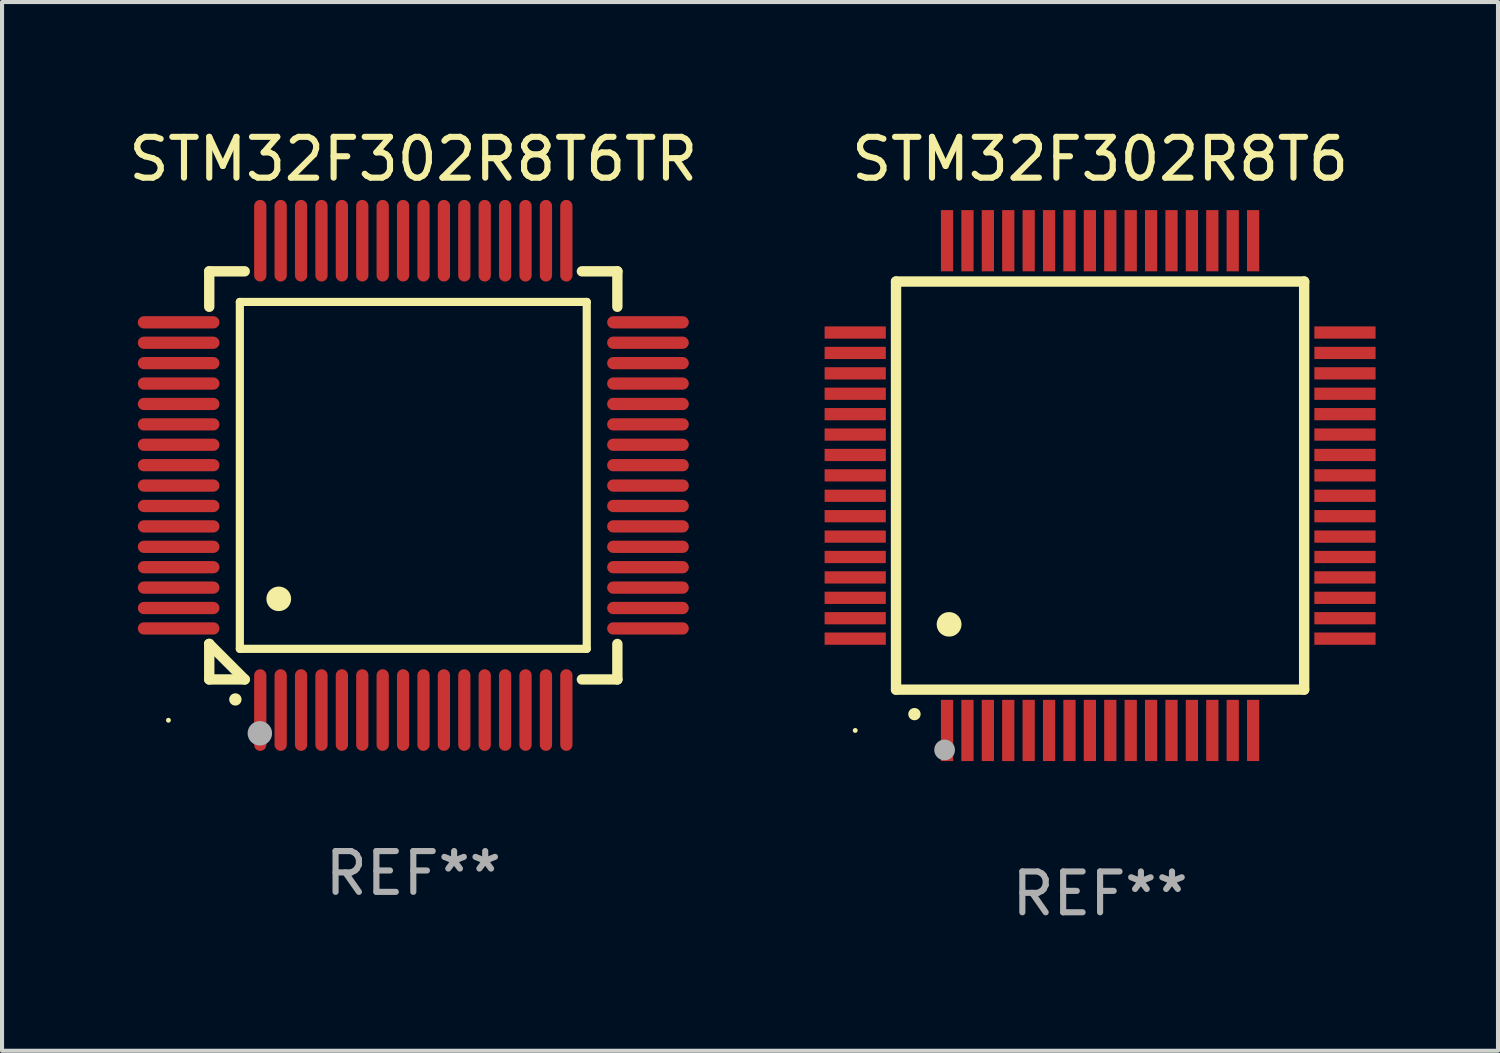
<source format=kicad_pcb>
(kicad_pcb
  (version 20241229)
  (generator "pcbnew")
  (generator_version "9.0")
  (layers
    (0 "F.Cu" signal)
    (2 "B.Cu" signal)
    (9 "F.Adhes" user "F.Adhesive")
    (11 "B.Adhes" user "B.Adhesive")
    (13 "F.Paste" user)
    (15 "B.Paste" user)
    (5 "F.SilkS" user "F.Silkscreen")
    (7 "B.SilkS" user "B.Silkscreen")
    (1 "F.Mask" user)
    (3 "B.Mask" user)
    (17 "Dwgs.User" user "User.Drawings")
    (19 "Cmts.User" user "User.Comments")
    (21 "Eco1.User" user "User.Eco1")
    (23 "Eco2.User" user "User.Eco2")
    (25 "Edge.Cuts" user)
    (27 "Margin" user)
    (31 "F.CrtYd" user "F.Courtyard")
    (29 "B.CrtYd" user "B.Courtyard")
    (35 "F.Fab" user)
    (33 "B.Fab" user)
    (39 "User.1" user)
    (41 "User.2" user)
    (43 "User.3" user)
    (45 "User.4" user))
  (footprint "STM32F302R8T6"
    (layer "F.Cu")
    (at 23.905 8.848)
    (property "Reference" "STM32F302R8T6" (at 0 -8 0) (layer "F.SilkS") (effects (font (size 1 1) (thickness 0.15))))
    (attr through_hole)
    (fp_line (start -5 -5) (end -5 5) (stroke (width 0.254) (type solid)) (layer "F.SilkS"))
    (fp_line (start -5 -5) (end 5 -5) (stroke (width 0.254) (type solid)) (layer "F.SilkS"))
    (fp_line (start -5 5) (end 5 5) (stroke (width 0.254) (type solid)) (layer "F.SilkS"))
    (fp_line (start 5 -5) (end 5 5) (stroke (width 0.254) (type solid)) (layer "F.SilkS"))
    (fp_arc (start -4.549987 5.6) (mid -4.548717 5.599995) (end -4.547447 5.6) (stroke (width 0.3) (type solid)) (layer "F.SilkS"))
    (fp_arc (start -3.703835 3.400076) (mid -3.700025 3.400052) (end -3.696215 3.400076) (stroke (width 0.6) (type solid)) (layer "F.SilkS"))
    (fp_circle (center -6 6) (end -5.97 6) (stroke (width 0.06) (type solid)) (fill no) (layer "F.SilkS"))
    (fp_circle (center -3.81 6.477) (end -3.683 6.477) (stroke (width 0.254) (type solid)) (fill no) (layer "F.Fab"))
    (fp_text user "REF**" (at 0 10 0) (layer "F.Fab") (effects (font (size 1 1) (thickness 0.15))))
    (pad "1" smd rect (at -3.75 6 180) (size 0.3 1.5) (layers "F.Cu" "F.Mask" "F.Paste"))
    (pad "2" smd rect (at -3.25 6 180) (size 0.3 1.5) (layers "F.Cu" "F.Mask" "F.Paste"))
    (pad "3" smd rect (at -2.75 6 180) (size 0.3 1.5) (layers "F.Cu" "F.Mask" "F.Paste"))
    (pad "4" smd rect (at -2.25 6 180) (size 0.3 1.5) (layers "F.Cu" "F.Mask" "F.Paste"))
    (pad "5" smd rect (at -1.75 6 180) (size 0.3 1.5) (layers "F.Cu" "F.Mask" "F.Paste"))
    (pad "6" smd rect (at -1.25 6 180) (size 0.3 1.5) (layers "F.Cu" "F.Mask" "F.Paste"))
    (pad "7" smd rect (at -0.75 6 180) (size 0.3 1.5) (layers "F.Cu" "F.Mask" "F.Paste"))
    (pad "8" smd rect (at -0.25 6 180) (size 0.3 1.5) (layers "F.Cu" "F.Mask" "F.Paste"))
    (pad "9" smd rect (at 0.25 6 180) (size 0.3 1.5) (layers "F.Cu" "F.Mask" "F.Paste"))
    (pad "10" smd rect (at 0.75 6 180) (size 0.3 1.5) (layers "F.Cu" "F.Mask" "F.Paste"))
    (pad "11" smd rect (at 1.25 6 180) (size 0.3 1.5) (layers "F.Cu" "F.Mask" "F.Paste"))
    (pad "12" smd rect (at 1.75 6 180) (size 0.3 1.5) (layers "F.Cu" "F.Mask" "F.Paste"))
    (pad "13" smd rect (at 2.25 6 180) (size 0.3 1.5) (layers "F.Cu" "F.Mask" "F.Paste"))
    (pad "14" smd rect (at 2.75 6 180) (size 0.3 1.5) (layers "F.Cu" "F.Mask" "F.Paste"))
    (pad "15" smd rect (at 3.25 6 180) (size 0.3 1.5) (layers "F.Cu" "F.Mask" "F.Paste"))
    (pad "16" smd rect (at 3.75 6 180) (size 0.3 1.5) (layers "F.Cu" "F.Mask" "F.Paste"))
    (pad "17" smd rect (at 6 3.75 90) (size 0.3 1.5) (layers "F.Cu" "F.Mask" "F.Paste"))
    (pad "18" smd rect (at 6 3.25 90) (size 0.3 1.5) (layers "F.Cu" "F.Mask" "F.Paste"))
    (pad "19" smd rect (at 6 2.75 90) (size 0.3 1.5) (layers "F.Cu" "F.Mask" "F.Paste"))
    (pad "20" smd rect (at 6 2.25 90) (size 0.3 1.5) (layers "F.Cu" "F.Mask" "F.Paste"))
    (pad "21" smd rect (at 6 1.75 90) (size 0.3 1.5) (layers "F.Cu" "F.Mask" "F.Paste"))
    (pad "22" smd rect (at 6 1.25 90) (size 0.3 1.5) (layers "F.Cu" "F.Mask" "F.Paste"))
    (pad "23" smd rect (at 6 0.75 90) (size 0.3 1.5) (layers "F.Cu" "F.Mask" "F.Paste"))
    (pad "24" smd rect (at 6 0.25 90) (size 0.3 1.5) (layers "F.Cu" "F.Mask" "F.Paste"))
    (pad "25" smd rect (at 6 -0.25 90) (size 0.3 1.5) (layers "F.Cu" "F.Mask" "F.Paste"))
    (pad "26" smd rect (at 6 -0.75 90) (size 0.3 1.5) (layers "F.Cu" "F.Mask" "F.Paste"))
    (pad "27" smd rect (at 6 -1.25 90) (size 0.3 1.5) (layers "F.Cu" "F.Mask" "F.Paste"))
    (pad "28" smd rect (at 6 -1.75 90) (size 0.3 1.5) (layers "F.Cu" "F.Mask" "F.Paste"))
    (pad "29" smd rect (at 6 -2.25 90) (size 0.3 1.5) (layers "F.Cu" "F.Mask" "F.Paste"))
    (pad "30" smd rect (at 6 -2.75 90) (size 0.3 1.5) (layers "F.Cu" "F.Mask" "F.Paste"))
    (pad "31" smd rect (at 6 -3.25 90) (size 0.3 1.5) (layers "F.Cu" "F.Mask" "F.Paste"))
    (pad "32" smd rect (at 6 -3.75 90) (size 0.3 1.5) (layers "F.Cu" "F.Mask" "F.Paste"))
    (pad "33" smd rect (at 3.75 -6 180) (size 0.3 1.5) (layers "F.Cu" "F.Mask" "F.Paste"))
    (pad "34" smd rect (at 3.25 -6 180) (size 0.3 1.5) (layers "F.Cu" "F.Mask" "F.Paste"))
    (pad "35" smd rect (at 2.75 -6 180) (size 0.3 1.5) (layers "F.Cu" "F.Mask" "F.Paste"))
    (pad "36" smd rect (at 2.25 -6 180) (size 0.3 1.5) (layers "F.Cu" "F.Mask" "F.Paste"))
    (pad "37" smd rect (at 1.75 -6 180) (size 0.3 1.5) (layers "F.Cu" "F.Mask" "F.Paste"))
    (pad "38" smd rect (at 1.25 -6 180) (size 0.3 1.5) (layers "F.Cu" "F.Mask" "F.Paste"))
    (pad "39" smd rect (at 0.75 -6 180) (size 0.3 1.5) (layers "F.Cu" "F.Mask" "F.Paste"))
    (pad "40" smd rect (at 0.25 -6 180) (size 0.3 1.5) (layers "F.Cu" "F.Mask" "F.Paste"))
    (pad "41" smd rect (at -0.25 -6 180) (size 0.3 1.5) (layers "F.Cu" "F.Mask" "F.Paste"))
    (pad "42" smd rect (at -0.75 -6 180) (size 0.3 1.5) (layers "F.Cu" "F.Mask" "F.Paste"))
    (pad "43" smd rect (at -1.25 -6 180) (size 0.3 1.5) (layers "F.Cu" "F.Mask" "F.Paste"))
    (pad "44" smd rect (at -1.75 -6 180) (size 0.3 1.5) (layers "F.Cu" "F.Mask" "F.Paste"))
    (pad "45" smd rect (at -2.25 -6 180) (size 0.3 1.5) (layers "F.Cu" "F.Mask" "F.Paste"))
    (pad "46" smd rect (at -2.75 -6 180) (size 0.3 1.5) (layers "F.Cu" "F.Mask" "F.Paste"))
    (pad "47" smd rect (at -3.25 -6 180) (size 0.3 1.5) (layers "F.Cu" "F.Mask" "F.Paste"))
    (pad "48" smd rect (at -3.75 -6 180) (size 0.3 1.5) (layers "F.Cu" "F.Mask" "F.Paste"))
    (pad "49" smd rect (at -6 -3.75 90) (size 0.3 1.5) (layers "F.Cu" "F.Mask" "F.Paste"))
    (pad "50" smd rect (at -6 -3.25 90) (size 0.3 1.5) (layers "F.Cu" "F.Mask" "F.Paste"))
    (pad "51" smd rect (at -6 -2.75 90) (size 0.3 1.5) (layers "F.Cu" "F.Mask" "F.Paste"))
    (pad "52" smd rect (at -6 -2.25 90) (size 0.3 1.5) (layers "F.Cu" "F.Mask" "F.Paste"))
    (pad "53" smd rect (at -6 -1.75 90) (size 0.3 1.5) (layers "F.Cu" "F.Mask" "F.Paste"))
    (pad "54" smd rect (at -6 -1.25 90) (size 0.3 1.5) (layers "F.Cu" "F.Mask" "F.Paste"))
    (pad "55" smd rect (at -6 -0.75 90) (size 0.3 1.5) (layers "F.Cu" "F.Mask" "F.Paste"))
    (pad "56" smd rect (at -6 -0.25 90) (size 0.3 1.5) (layers "F.Cu" "F.Mask" "F.Paste"))
    (pad "57" smd rect (at -6 0.25 90) (size 0.3 1.5) (layers "F.Cu" "F.Mask" "F.Paste"))
    (pad "58" smd rect (at -6 0.75 90) (size 0.3 1.5) (layers "F.Cu" "F.Mask" "F.Paste"))
    (pad "59" smd rect (at -6 1.25 90) (size 0.3 1.5) (layers "F.Cu" "F.Mask" "F.Paste"))
    (pad "60" smd rect (at -6 1.75 90) (size 0.3 1.5) (layers "F.Cu" "F.Mask" "F.Paste"))
    (pad "61" smd rect (at -6 2.25 90) (size 0.3 1.5) (layers "F.Cu" "F.Mask" "F.Paste"))
    (pad "62" smd rect (at -6 2.75 90) (size 0.3 1.5) (layers "F.Cu" "F.Mask" "F.Paste"))
    (pad "63" smd rect (at -6 3.25 90) (size 0.3 1.5) (layers "F.Cu" "F.Mask" "F.Paste"))
    (pad "64" smd rect (at -6 3.75 90) (size 0.3 1.5) (layers "F.Cu" "F.Mask" "F.Paste")))
  (footprint "STM32F302R8T6TR"
    (layer "F.Cu")
    (at 7.077 8.598)
    (property "Reference" "STM32F302R8T6TR" (at 0 -7.75 0) (layer "F.SilkS") (effects (font (size 1 1) (thickness 0.15))))
    (attr through_hole)
    (fp_line (start -5 -5) (end -4.131 -5) (stroke (width 0.254) (type solid)) (layer "F.SilkS"))
    (fp_line (start -5 -4.131) (end -5 -5) (stroke (width 0.254) (type solid)) (layer "F.SilkS"))
    (fp_line (start -5 4.131) (end -5 4.131) (stroke (width 0.254) (type solid)) (layer "F.SilkS"))
    (fp_line (start -5 5) (end -5 4.131) (stroke (width 0.254) (type solid)) (layer "F.SilkS"))
    (fp_line (start -5 4.131) (end -4.131 5) (stroke (width 0.254) (type solid)) (layer "F.SilkS"))
    (fp_line (start -4.25 -4.25) (end -4.25 4.25) (stroke (width 0.2) (type solid)) (layer "F.SilkS"))
    (fp_line (start -4.25 4.25) (end 4.25 4.25) (stroke (width 0.2) (type solid)) (layer "F.SilkS"))
    (fp_line (start -4.131 5) (end -5 5) (stroke (width 0.254) (type solid)) (layer "F.SilkS"))
    (fp_line (start 4.25 -4.25) (end -4.25 -4.25) (stroke (width 0.2) (type solid)) (layer "F.SilkS"))
    (fp_line (start 4.25 4.25) (end 4.25 -4.25) (stroke (width 0.2) (type solid)) (layer "F.SilkS"))
    (fp_line (start 5 -5) (end 4.131 -5) (stroke (width 0.254) (type solid)) (layer "F.SilkS"))
    (fp_line (start 5 -5) (end 5 -4.131) (stroke (width 0.254) (type solid)) (layer "F.SilkS"))
    (fp_line (start 5 4.131) (end 5 5) (stroke (width 0.254) (type solid)) (layer "F.SilkS"))
    (fp_line (start 5 5) (end 4.131 5) (stroke (width 0.254) (type solid)) (layer "F.SilkS"))
    (fp_arc (start -4.361265 5.489992) (mid -4.359995 5.489987) (end -4.358725 5.489992) (stroke (width 0.3) (type solid)) (layer "F.SilkS"))
    (fp_arc (start -3.299467 3.025146) (mid -3.296927 3.025135) (end -3.294387 3.025146) (stroke (width 0.6) (type solid)) (layer "F.SilkS"))
    (fp_circle (center -6 6) (end -5.97 6) (stroke (width 0.06) (type solid)) (fill no) (layer "F.SilkS"))
    (fp_circle (center -3.76 6.32) (end -3.61 6.32) (stroke (width 0.3) (type solid)) (fill no) (layer "F.Fab"))
    (fp_text user "REF**" (at 0 9.75 0) (layer "F.Fab") (effects (font (size 1 1) (thickness 0.15))))
    (pad "1" smd oval (at -3.75 5.75) (size 0.3 2) (layers "F.Cu" "F.Mask" "F.Paste"))
    (pad "2" smd oval (at -3.25 5.75) (size 0.3 2) (layers "F.Cu" "F.Mask" "F.Paste"))
    (pad "3" smd oval (at -2.75 5.75) (size 0.3 2) (layers "F.Cu" "F.Mask" "F.Paste"))
    (pad "4" smd oval (at -2.25 5.75) (size 0.3 2) (layers "F.Cu" "F.Mask" "F.Paste"))
    (pad "5" smd oval (at -1.75 5.75) (size 0.3 2) (layers "F.Cu" "F.Mask" "F.Paste"))
    (pad "6" smd oval (at -1.25 5.75) (size 0.3 2) (layers "F.Cu" "F.Mask" "F.Paste"))
    (pad "7" smd oval (at -0.75 5.75) (size 0.3 2) (layers "F.Cu" "F.Mask" "F.Paste"))
    (pad "8" smd oval (at -0.25 5.75) (size 0.3 2) (layers "F.Cu" "F.Mask" "F.Paste"))
    (pad "9" smd oval (at 0.25 5.75) (size 0.3 2) (layers "F.Cu" "F.Mask" "F.Paste"))
    (pad "10" smd oval (at 0.75 5.75) (size 0.3 2) (layers "F.Cu" "F.Mask" "F.Paste"))
    (pad "11" smd oval (at 1.25 5.75) (size 0.3 2) (layers "F.Cu" "F.Mask" "F.Paste"))
    (pad "12" smd oval (at 1.75 5.75) (size 0.3 2) (layers "F.Cu" "F.Mask" "F.Paste"))
    (pad "13" smd oval (at 2.25 5.75) (size 0.3 2) (layers "F.Cu" "F.Mask" "F.Paste"))
    (pad "14" smd oval (at 2.75 5.75) (size 0.3 2) (layers "F.Cu" "F.Mask" "F.Paste"))
    (pad "15" smd oval (at 3.25 5.75) (size 0.3 2) (layers "F.Cu" "F.Mask" "F.Paste"))
    (pad "16" smd oval (at 3.75 5.75) (size 0.3 2) (layers "F.Cu" "F.Mask" "F.Paste"))
    (pad "17" smd oval (at 5.75 3.75) (size 2 0.3) (layers "F.Cu" "F.Mask" "F.Paste"))
    (pad "18" smd oval (at 5.75 3.25) (size 2 0.3) (layers "F.Cu" "F.Mask" "F.Paste"))
    (pad "19" smd oval (at 5.75 2.75) (size 2 0.3) (layers "F.Cu" "F.Mask" "F.Paste"))
    (pad "20" smd oval (at 5.75 2.25) (size 2 0.3) (layers "F.Cu" "F.Mask" "F.Paste"))
    (pad "21" smd oval (at 5.75 1.75) (size 2 0.3) (layers "F.Cu" "F.Mask" "F.Paste"))
    (pad "22" smd oval (at 5.75 1.25) (size 2 0.3) (layers "F.Cu" "F.Mask" "F.Paste"))
    (pad "23" smd oval (at 5.75 0.75) (size 2 0.3) (layers "F.Cu" "F.Mask" "F.Paste"))
    (pad "24" smd oval (at 5.75 0.25) (size 2 0.3) (layers "F.Cu" "F.Mask" "F.Paste"))
    (pad "25" smd oval (at 5.75 -0.25) (size 2 0.3) (layers "F.Cu" "F.Mask" "F.Paste"))
    (pad "26" smd oval (at 5.75 -0.75) (size 2 0.3) (layers "F.Cu" "F.Mask" "F.Paste"))
    (pad "27" smd oval (at 5.75 -1.25) (size 2 0.3) (layers "F.Cu" "F.Mask" "F.Paste"))
    (pad "28" smd oval (at 5.75 -1.75) (size 2 0.3) (layers "F.Cu" "F.Mask" "F.Paste"))
    (pad "29" smd oval (at 5.75 -2.25) (size 2 0.3) (layers "F.Cu" "F.Mask" "F.Paste"))
    (pad "30" smd oval (at 5.75 -2.75) (size 2 0.3) (layers "F.Cu" "F.Mask" "F.Paste"))
    (pad "31" smd oval (at 5.75 -3.25) (size 2 0.3) (layers "F.Cu" "F.Mask" "F.Paste"))
    (pad "32" smd oval (at 5.75 -3.75) (size 2 0.3) (layers "F.Cu" "F.Mask" "F.Paste"))
    (pad "33" smd oval (at 3.75 -5.75) (size 0.3 2) (layers "F.Cu" "F.Mask" "F.Paste"))
    (pad "34" smd oval (at 3.25 -5.75) (size 0.3 2) (layers "F.Cu" "F.Mask" "F.Paste"))
    (pad "35" smd oval (at 2.75 -5.75) (size 0.3 2) (layers "F.Cu" "F.Mask" "F.Paste"))
    (pad "36" smd oval (at 2.25 -5.75) (size 0.3 2) (layers "F.Cu" "F.Mask" "F.Paste"))
    (pad "37" smd oval (at 1.75 -5.75) (size 0.3 2) (layers "F.Cu" "F.Mask" "F.Paste"))
    (pad "38" smd oval (at 1.25 -5.75) (size 0.3 2) (layers "F.Cu" "F.Mask" "F.Paste"))
    (pad "39" smd oval (at 0.75 -5.75) (size 0.3 2) (layers "F.Cu" "F.Mask" "F.Paste"))
    (pad "40" smd oval (at 0.25 -5.75) (size 0.3 2) (layers "F.Cu" "F.Mask" "F.Paste"))
    (pad "41" smd oval (at -0.25 -5.75) (size 0.3 2) (layers "F.Cu" "F.Mask" "F.Paste"))
    (pad "42" smd oval (at -0.75 -5.75) (size 0.3 2) (layers "F.Cu" "F.Mask" "F.Paste"))
    (pad "43" smd oval (at -1.25 -5.75) (size 0.3 2) (layers "F.Cu" "F.Mask" "F.Paste"))
    (pad "44" smd oval (at -1.75 -5.75) (size 0.3 2) (layers "F.Cu" "F.Mask" "F.Paste"))
    (pad "45" smd oval (at -2.25 -5.75) (size 0.3 2) (layers "F.Cu" "F.Mask" "F.Paste"))
    (pad "46" smd oval (at -2.75 -5.75) (size 0.3 2) (layers "F.Cu" "F.Mask" "F.Paste"))
    (pad "47" smd oval (at -3.25 -5.75) (size 0.3 2) (layers "F.Cu" "F.Mask" "F.Paste"))
    (pad "48" smd oval (at -3.75 -5.75) (size 0.3 2) (layers "F.Cu" "F.Mask" "F.Paste"))
    (pad "49" smd oval (at -5.75 -3.75) (size 2 0.3) (layers "F.Cu" "F.Mask" "F.Paste"))
    (pad "50" smd oval (at -5.75 -3.25) (size 2 0.3) (layers "F.Cu" "F.Mask" "F.Paste"))
    (pad "51" smd oval (at -5.75 -2.75) (size 2 0.3) (layers "F.Cu" "F.Mask" "F.Paste"))
    (pad "52" smd oval (at -5.75 -2.25) (size 2 0.3) (layers "F.Cu" "F.Mask" "F.Paste"))
    (pad "53" smd oval (at -5.75 -1.75) (size 2 0.3) (layers "F.Cu" "F.Mask" "F.Paste"))
    (pad "54" smd oval (at -5.75 -1.25) (size 2 0.3) (layers "F.Cu" "F.Mask" "F.Paste"))
    (pad "55" smd oval (at -5.75 -0.75) (size 2 0.3) (layers "F.Cu" "F.Mask" "F.Paste"))
    (pad "56" smd oval (at -5.75 -0.25) (size 2 0.3) (layers "F.Cu" "F.Mask" "F.Paste"))
    (pad "57" smd oval (at -5.75 0.25) (size 2 0.3) (layers "F.Cu" "F.Mask" "F.Paste"))
    (pad "58" smd oval (at -5.75 0.75) (size 2 0.3) (layers "F.Cu" "F.Mask" "F.Paste"))
    (pad "59" smd oval (at -5.75 1.25) (size 2 0.3) (layers "F.Cu" "F.Mask" "F.Paste"))
    (pad "60" smd oval (at -5.75 1.75) (size 2 0.3) (layers "F.Cu" "F.Mask" "F.Paste"))
    (pad "61" smd oval (at -5.75 2.25) (size 2 0.3) (layers "F.Cu" "F.Mask" "F.Paste"))
    (pad "62" smd oval (at -5.75 2.75) (size 2 0.3) (layers "F.Cu" "F.Mask" "F.Paste"))
    (pad "63" smd oval (at -5.75 3.25) (size 2 0.3) (layers "F.Cu" "F.Mask" "F.Paste"))
    (pad "64" smd oval (at -5.75 3.75) (size 2 0.3) (layers "F.Cu" "F.Mask" "F.Paste")))
  (gr_rect
    (start -3 -3)
    (end 33.655 22.697)
    (stroke (width 0.1) (type default))
    (fill no)
    (layer "Edge.Cuts")))
</source>
